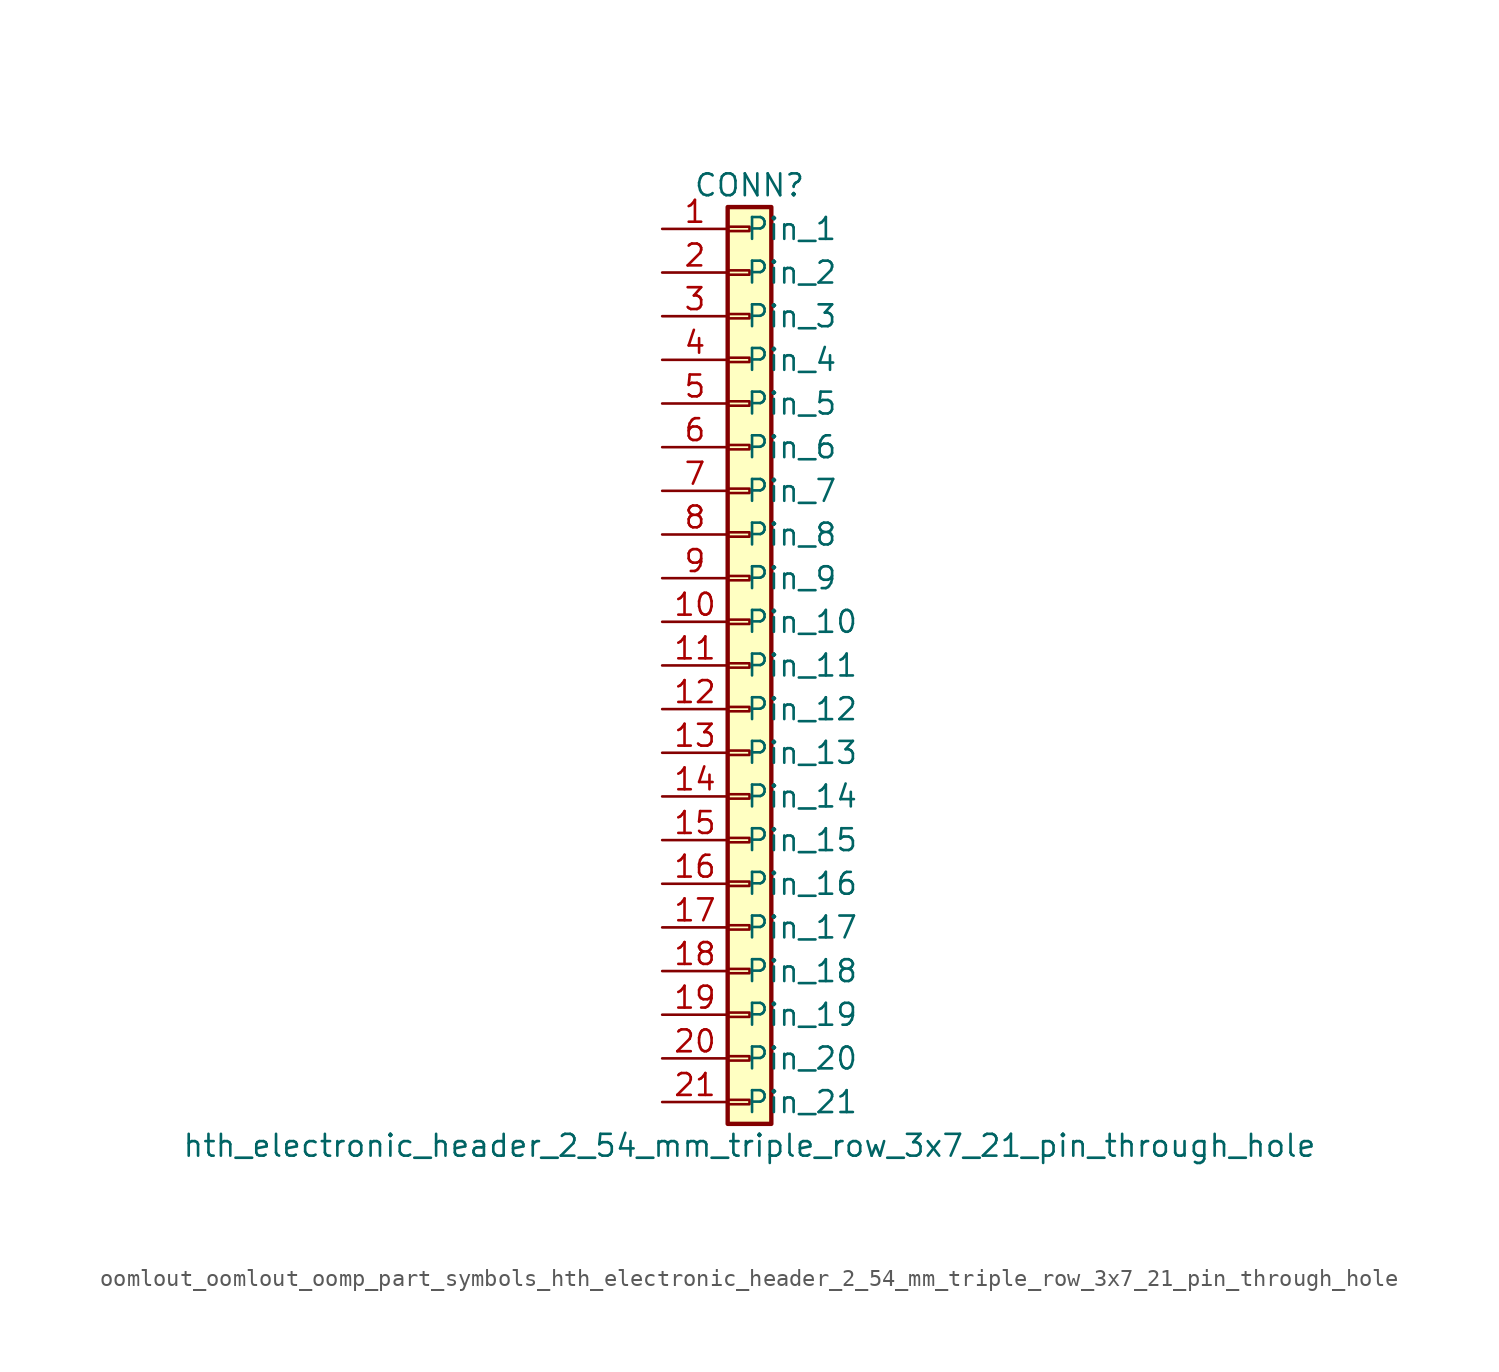
<source format=kicad_sym>
(kicad_symbol_lib
  (version 20220914)
  (generator kicad_symbol_editor)
  (symbol "oomlout_oomlout_oomp_part_symbols_hth_electronic_header_2_54_mm_triple_row_3x7_21_pin_through_hole"
    (pin_names
      (offset 1.016))
    (property "Reference" "CONN"
      (at 0 27.94 0)
      (effects (font (size 1.27 1.27))))
    (property "Value" "hth_electronic_header_2_54_mm_triple_row_3x7_21_pin_through_hole"
      (at 0 -27.94 0)
      (effects (font (size 1.27 1.27))))
    (symbol "oomlout_oomlout_oomp_part_symbols_hth_electronic_header_2_54_mm_triple_row_3x7_21_pin_through_hole_1_1"
      (rectangle (start -1.27 -25.273) (end 0 -25.527) (stroke (width 0.152) (type default)) (fill (type none)))
      (rectangle (start -1.27 -22.733) (end 0 -22.987) (stroke (width 0.152) (type default)) (fill (type none)))
      (rectangle (start -1.27 -20.193) (end 0 -20.447) (stroke (width 0.152) (type default)) (fill (type none)))
      (rectangle (start -1.27 -17.653) (end 0 -17.907) (stroke (width 0.152) (type default)) (fill (type none)))
      (rectangle (start -1.27 -15.113) (end 0 -15.367) (stroke (width 0.152) (type default)) (fill (type none)))
      (rectangle (start -1.27 -12.573) (end 0 -12.827) (stroke (width 0.152) (type default)) (fill (type none)))
      (rectangle (start -1.27 -10.033) (end 0 -10.287) (stroke (width 0.152) (type default)) (fill (type none)))
      (rectangle (start -1.27 -7.493) (end 0 -7.747) (stroke (width 0.152) (type default)) (fill (type none)))
      (rectangle (start -1.27 -4.953) (end 0 -5.207) (stroke (width 0.152) (type default)) (fill (type none)))
      (rectangle (start -1.27 -2.413) (end 0 -2.667) (stroke (width 0.152) (type default)) (fill (type none)))
      (rectangle (start -1.27 0.127) (end 0 -0.127) (stroke (width 0.152) (type default)) (fill (type none)))
      (rectangle (start -1.27 2.667) (end 0 2.413) (stroke (width 0.152) (type default)) (fill (type none)))
      (rectangle (start -1.27 5.207) (end 0 4.953) (stroke (width 0.152) (type default)) (fill (type none)))
      (rectangle (start -1.27 7.747) (end 0 7.493) (stroke (width 0.152) (type default)) (fill (type none)))
      (rectangle (start -1.27 10.287) (end 0 10.033) (stroke (width 0.152) (type default)) (fill (type none)))
      (rectangle (start -1.27 12.827) (end 0 12.573) (stroke (width 0.152) (type default)) (fill (type none)))
      (rectangle (start -1.27 15.367) (end 0 15.113) (stroke (width 0.152) (type default)) (fill (type none)))
      (rectangle (start -1.27 17.907) (end 0 17.653) (stroke (width 0.152) (type default)) (fill (type none)))
      (rectangle (start -1.27 20.447) (end 0 20.193) (stroke (width 0.152) (type default)) (fill (type none)))
      (rectangle (start -1.27 22.987) (end 0 22.733) (stroke (width 0.152) (type default)) (fill (type none)))
      (rectangle (start -1.27 25.527) (end 0 25.273) (stroke (width 0.152) (type default)) (fill (type none)))
      (rectangle (start -1.27 26.67) (end 1.27 -26.67) (stroke (width 0.254) (type default)) (fill (type background)))
      (pin passive line (at -5.08 25.4 0) (length 3.81) (name "Pin_1" (effects (font (size 1.27 1.27)))) (number "1" (effects (font (size 1.27 1.27)))))
      (pin passive line (at -5.08 2.54 0) (length 3.81) (name "Pin_10" (effects (font (size 1.27 1.27)))) (number "10" (effects (font (size 1.27 1.27)))))
      (pin passive line (at -5.08 0 0) (length 3.81) (name "Pin_11" (effects (font (size 1.27 1.27)))) (number "11" (effects (font (size 1.27 1.27)))))
      (pin passive line (at -5.08 -2.54 0) (length 3.81) (name "Pin_12" (effects (font (size 1.27 1.27)))) (number "12" (effects (font (size 1.27 1.27)))))
      (pin passive line (at -5.08 -5.08 0) (length 3.81) (name "Pin_13" (effects (font (size 1.27 1.27)))) (number "13" (effects (font (size 1.27 1.27)))))
      (pin passive line (at -5.08 -7.62 0) (length 3.81) (name "Pin_14" (effects (font (size 1.27 1.27)))) (number "14" (effects (font (size 1.27 1.27)))))
      (pin passive line (at -5.08 -10.16 0) (length 3.81) (name "Pin_15" (effects (font (size 1.27 1.27)))) (number "15" (effects (font (size 1.27 1.27)))))
      (pin passive line (at -5.08 -12.7 0) (length 3.81) (name "Pin_16" (effects (font (size 1.27 1.27)))) (number "16" (effects (font (size 1.27 1.27)))))
      (pin passive line (at -5.08 -15.24 0) (length 3.81) (name "Pin_17" (effects (font (size 1.27 1.27)))) (number "17" (effects (font (size 1.27 1.27)))))
      (pin passive line (at -5.08 -17.78 0) (length 3.81) (name "Pin_18" (effects (font (size 1.27 1.27)))) (number "18" (effects (font (size 1.27 1.27)))))
      (pin passive line (at -5.08 -20.32 0) (length 3.81) (name "Pin_19" (effects (font (size 1.27 1.27)))) (number "19" (effects (font (size 1.27 1.27)))))
      (pin passive line (at -5.08 22.86 0) (length 3.81) (name "Pin_2" (effects (font (size 1.27 1.27)))) (number "2" (effects (font (size 1.27 1.27)))))
      (pin passive line (at -5.08 -22.86 0) (length 3.81) (name "Pin_20" (effects (font (size 1.27 1.27)))) (number "20" (effects (font (size 1.27 1.27)))))
      (pin passive line (at -5.08 -25.4 0) (length 3.81) (name "Pin_21" (effects (font (size 1.27 1.27)))) (number "21" (effects (font (size 1.27 1.27)))))
      (pin passive line (at -5.08 20.32 0) (length 3.81) (name "Pin_3" (effects (font (size 1.27 1.27)))) (number "3" (effects (font (size 1.27 1.27)))))
      (pin passive line (at -5.08 17.78 0) (length 3.81) (name "Pin_4" (effects (font (size 1.27 1.27)))) (number "4" (effects (font (size 1.27 1.27)))))
      (pin passive line (at -5.08 15.24 0) (length 3.81) (name "Pin_5" (effects (font (size 1.27 1.27)))) (number "5" (effects (font (size 1.27 1.27)))))
      (pin passive line (at -5.08 12.7 0) (length 3.81) (name "Pin_6" (effects (font (size 1.27 1.27)))) (number "6" (effects (font (size 1.27 1.27)))))
      (pin passive line (at -5.08 10.16 0) (length 3.81) (name "Pin_7" (effects (font (size 1.27 1.27)))) (number "7" (effects (font (size 1.27 1.27)))))
      (pin passive line (at -5.08 7.62 0) (length 3.81) (name "Pin_8" (effects (font (size 1.27 1.27)))) (number "8" (effects (font (size 1.27 1.27)))))
      (pin passive line (at -5.08 5.08 0) (length 3.81) (name "Pin_9" (effects (font (size 1.27 1.27)))) (number "9" (effects (font (size 1.27 1.27))))))))
</source>
